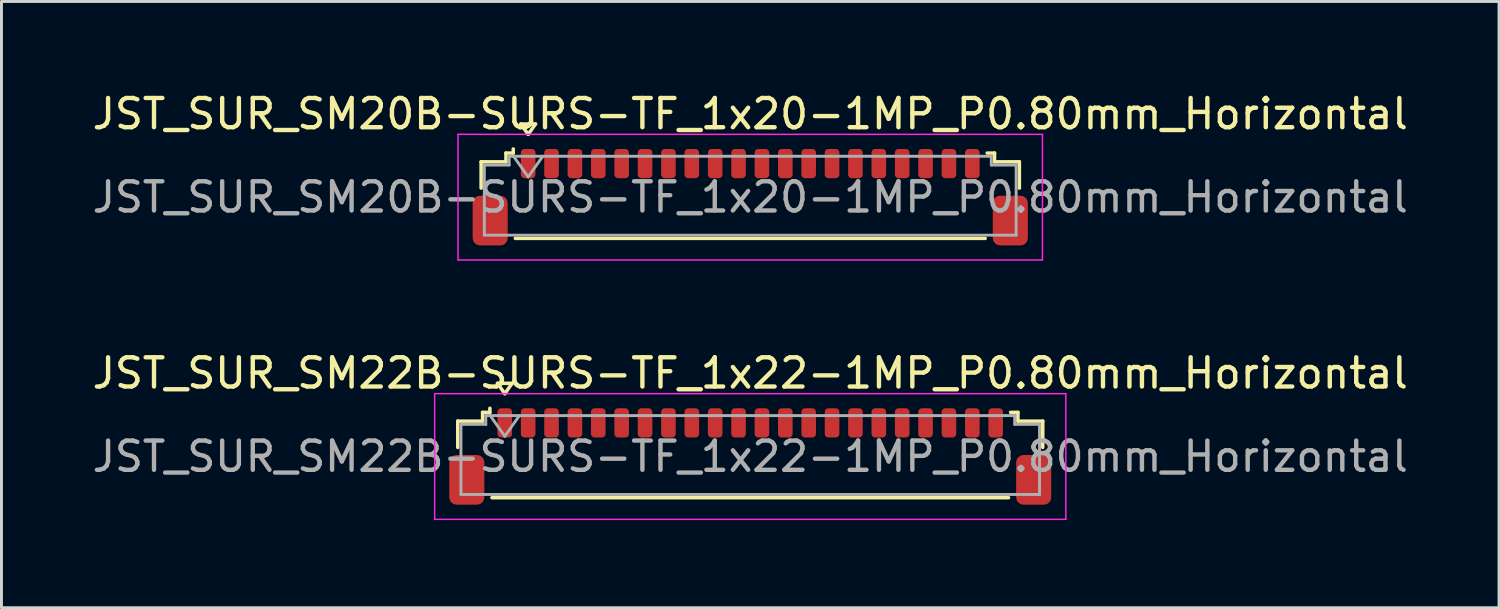
<source format=kicad_pcb>
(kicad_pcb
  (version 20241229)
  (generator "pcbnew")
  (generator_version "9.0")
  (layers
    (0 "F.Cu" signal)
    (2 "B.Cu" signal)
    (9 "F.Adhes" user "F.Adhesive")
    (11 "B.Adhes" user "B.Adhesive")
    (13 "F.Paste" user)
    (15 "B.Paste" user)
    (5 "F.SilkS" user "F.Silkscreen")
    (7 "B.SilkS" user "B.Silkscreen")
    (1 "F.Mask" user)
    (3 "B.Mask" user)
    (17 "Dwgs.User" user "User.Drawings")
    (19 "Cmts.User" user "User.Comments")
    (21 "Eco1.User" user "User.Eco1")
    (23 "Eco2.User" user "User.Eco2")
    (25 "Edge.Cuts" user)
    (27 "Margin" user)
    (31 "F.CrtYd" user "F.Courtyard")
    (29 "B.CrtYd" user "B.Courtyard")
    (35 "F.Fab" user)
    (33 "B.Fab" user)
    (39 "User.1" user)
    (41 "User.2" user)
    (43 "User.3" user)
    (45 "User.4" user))
  (footprint "JST_SUR_SM22B-SURS-TF_1x22-1MP_P0.80mm_Horizontal"
    (layer "F.Cu")
    (at 22.625 12.572)
    (property "Reference" "JST_SUR_SM22B-SURS-TF_1x22-1MP_P0.80mm_Horizontal" (at 0 -2.85 0) (layer "F.SilkS") (effects (font (size 1 1) (thickness 0.15))))
    (attr smd)
    (fp_line (start -10.01 -1.21) (end -9.16 -1.21) (stroke (width 0.12) (type solid)) (layer "F.SilkS"))
    (fp_line (start -10.01 -0.31) (end -10.01 -1.21) (stroke (width 0.12) (type solid)) (layer "F.SilkS"))
    (fp_line (start -9.16 -1.51) (end -8.91 -1.51) (stroke (width 0.12) (type solid)) (layer "F.SilkS"))
    (fp_line (start -9.16 -1.21) (end -9.16 -1.51) (stroke (width 0.12) (type solid)) (layer "F.SilkS"))
    (fp_line (start -8.91 -1.51) (end -8.91 -1.65) (stroke (width 0.12) (type solid)) (layer "F.SilkS"))
    (fp_line (start -8.84 1.41) (end 8.84 1.41) (stroke (width 0.12) (type solid)) (layer "F.SilkS"))
    (fp_line (start -8.65 -2.504) (end -8.4 -2.15) (stroke (width 0.12) (type solid)) (layer "F.SilkS"))
    (fp_line (start -8.4 -2.15) (end -8.15 -2.504) (stroke (width 0.12) (type solid)) (layer "F.SilkS"))
    (fp_line (start -8.15 -2.504) (end -8.65 -2.504) (stroke (width 0.12) (type solid)) (layer "F.SilkS"))
    (fp_line (start 9.16 -1.51) (end 8.91 -1.51) (stroke (width 0.12) (type solid)) (layer "F.SilkS"))
    (fp_line (start 9.16 -1.21) (end 9.16 -1.51) (stroke (width 0.12) (type solid)) (layer "F.SilkS"))
    (fp_line (start 10.01 -1.21) (end 9.16 -1.21) (stroke (width 0.12) (type solid)) (layer "F.SilkS"))
    (fp_line (start 10.01 -0.31) (end 10.01 -1.21) (stroke (width 0.12) (type solid)) (layer "F.SilkS"))
    (fp_line (start -10.8 -2.15) (end -10.8 2.15) (stroke (width 0.05) (type solid)) (layer "F.CrtYd"))
    (fp_line (start -10.8 2.15) (end 10.8 2.15) (stroke (width 0.05) (type solid)) (layer "F.CrtYd"))
    (fp_line (start 10.8 -2.15) (end -10.8 -2.15) (stroke (width 0.05) (type solid)) (layer "F.CrtYd"))
    (fp_line (start 10.8 2.15) (end 10.8 -2.15) (stroke (width 0.05) (type solid)) (layer "F.CrtYd"))
    (fp_line (start -9.9 -1.1) (end -9.9 1.3) (stroke (width 0.1) (type solid)) (layer "F.Fab"))
    (fp_line (start -9.9 -1.1) (end -9.05 -1.1) (stroke (width 0.1) (type solid)) (layer "F.Fab"))
    (fp_line (start -9.9 1.3) (end 9.9 1.3) (stroke (width 0.1) (type solid)) (layer "F.Fab"))
    (fp_line (start -9.05 -1.4) (end 9.05 -1.4) (stroke (width 0.1) (type solid)) (layer "F.Fab"))
    (fp_line (start -9.05 -1.1) (end -9.05 -1.4) (stroke (width 0.1) (type solid)) (layer "F.Fab"))
    (fp_line (start -8.9 -1.4) (end -8.4 -0.693) (stroke (width 0.1) (type solid)) (layer "F.Fab"))
    (fp_line (start -8.4 -0.693) (end -7.9 -1.4) (stroke (width 0.1) (type solid)) (layer "F.Fab"))
    (fp_line (start 9.05 -1.4) (end 9.05 -1.1) (stroke (width 0.1) (type solid)) (layer "F.Fab"))
    (fp_line (start 9.05 -1.1) (end 9.9 -1.1) (stroke (width 0.1) (type solid)) (layer "F.Fab"))
    (fp_line (start 9.9 -1.1) (end 9.9 1.3) (stroke (width 0.1) (type solid)) (layer "F.Fab"))
    (fp_text user "${REFERENCE}" (at 0 0 0) (layer "F.Fab") (effects (font (size 1 1) (thickness 0.15))))
    (pad "1" smd roundrect (at -8.4 -1.15) (size 0.5 1) (layers "F.Cu" "F.Mask" "F.Paste") (roundrect_rratio 0.25))
    (pad "2" smd roundrect (at -7.6 -1.15) (size 0.5 1) (layers "F.Cu" "F.Mask" "F.Paste") (roundrect_rratio 0.25))
    (pad "3" smd roundrect (at -6.8 -1.15) (size 0.5 1) (layers "F.Cu" "F.Mask" "F.Paste") (roundrect_rratio 0.25))
    (pad "4" smd roundrect (at -6 -1.15) (size 0.5 1) (layers "F.Cu" "F.Mask" "F.Paste") (roundrect_rratio 0.25))
    (pad "5" smd roundrect (at -5.2 -1.15) (size 0.5 1) (layers "F.Cu" "F.Mask" "F.Paste") (roundrect_rratio 0.25))
    (pad "6" smd roundrect (at -4.4 -1.15) (size 0.5 1) (layers "F.Cu" "F.Mask" "F.Paste") (roundrect_rratio 0.25))
    (pad "7" smd roundrect (at -3.6 -1.15) (size 0.5 1) (layers "F.Cu" "F.Mask" "F.Paste") (roundrect_rratio 0.25))
    (pad "8" smd roundrect (at -2.8 -1.15) (size 0.5 1) (layers "F.Cu" "F.Mask" "F.Paste") (roundrect_rratio 0.25))
    (pad "9" smd roundrect (at -2 -1.15) (size 0.5 1) (layers "F.Cu" "F.Mask" "F.Paste") (roundrect_rratio 0.25))
    (pad "10" smd roundrect (at -1.2 -1.15) (size 0.5 1) (layers "F.Cu" "F.Mask" "F.Paste") (roundrect_rratio 0.25))
    (pad "11" smd roundrect (at -0.4 -1.15) (size 0.5 1) (layers "F.Cu" "F.Mask" "F.Paste") (roundrect_rratio 0.25))
    (pad "12" smd roundrect (at 0.4 -1.15) (size 0.5 1) (layers "F.Cu" "F.Mask" "F.Paste") (roundrect_rratio 0.25))
    (pad "13" smd roundrect (at 1.2 -1.15) (size 0.5 1) (layers "F.Cu" "F.Mask" "F.Paste") (roundrect_rratio 0.25))
    (pad "14" smd roundrect (at 2 -1.15) (size 0.5 1) (layers "F.Cu" "F.Mask" "F.Paste") (roundrect_rratio 0.25))
    (pad "15" smd roundrect (at 2.8 -1.15) (size 0.5 1) (layers "F.Cu" "F.Mask" "F.Paste") (roundrect_rratio 0.25))
    (pad "16" smd roundrect (at 3.6 -1.15) (size 0.5 1) (layers "F.Cu" "F.Mask" "F.Paste") (roundrect_rratio 0.25))
    (pad "17" smd roundrect (at 4.4 -1.15) (size 0.5 1) (layers "F.Cu" "F.Mask" "F.Paste") (roundrect_rratio 0.25))
    (pad "18" smd roundrect (at 5.2 -1.15) (size 0.5 1) (layers "F.Cu" "F.Mask" "F.Paste") (roundrect_rratio 0.25))
    (pad "19" smd roundrect (at 6 -1.15) (size 0.5 1) (layers "F.Cu" "F.Mask" "F.Paste") (roundrect_rratio 0.25))
    (pad "20" smd roundrect (at 6.8 -1.15) (size 0.5 1) (layers "F.Cu" "F.Mask" "F.Paste") (roundrect_rratio 0.25))
    (pad "21" smd roundrect (at 7.6 -1.15) (size 0.5 1) (layers "F.Cu" "F.Mask" "F.Paste") (roundrect_rratio 0.25))
    (pad "22" smd roundrect (at 8.4 -1.15) (size 0.5 1) (layers "F.Cu" "F.Mask" "F.Paste") (roundrect_rratio 0.25))
    (pad "MP" smd roundrect (at -9.7 0.8) (size 1.2 1.7) (layers "F.Cu" "F.Mask" "F.Paste") (roundrect_rratio 0.208))
    (pad "MP" smd roundrect (at 9.7 0.8) (size 1.2 1.7) (layers "F.Cu" "F.Mask" "F.Paste") (roundrect_rratio 0.208)))
  (footprint "JST_SUR_SM20B-SURS-TF_1x20-1MP_P0.80mm_Horizontal"
    (layer "F.Cu")
    (at 22.625 3.698)
    (property "Reference" "JST_SUR_SM20B-SURS-TF_1x20-1MP_P0.80mm_Horizontal" (at 0 -2.85 0) (layer "F.SilkS") (effects (font (size 1 1) (thickness 0.15))))
    (attr smd)
    (fp_line (start -9.21 -1.21) (end -8.36 -1.21) (stroke (width 0.12) (type solid)) (layer "F.SilkS"))
    (fp_line (start -9.21 -0.31) (end -9.21 -1.21) (stroke (width 0.12) (type solid)) (layer "F.SilkS"))
    (fp_line (start -8.36 -1.51) (end -8.11 -1.51) (stroke (width 0.12) (type solid)) (layer "F.SilkS"))
    (fp_line (start -8.36 -1.21) (end -8.36 -1.51) (stroke (width 0.12) (type solid)) (layer "F.SilkS"))
    (fp_line (start -8.11 -1.51) (end -8.11 -1.65) (stroke (width 0.12) (type solid)) (layer "F.SilkS"))
    (fp_line (start -8.04 1.41) (end 8.04 1.41) (stroke (width 0.12) (type solid)) (layer "F.SilkS"))
    (fp_line (start -7.85 -2.504) (end -7.6 -2.15) (stroke (width 0.12) (type solid)) (layer "F.SilkS"))
    (fp_line (start -7.6 -2.15) (end -7.35 -2.504) (stroke (width 0.12) (type solid)) (layer "F.SilkS"))
    (fp_line (start -7.35 -2.504) (end -7.85 -2.504) (stroke (width 0.12) (type solid)) (layer "F.SilkS"))
    (fp_line (start 8.36 -1.51) (end 8.11 -1.51) (stroke (width 0.12) (type solid)) (layer "F.SilkS"))
    (fp_line (start 8.36 -1.21) (end 8.36 -1.51) (stroke (width 0.12) (type solid)) (layer "F.SilkS"))
    (fp_line (start 9.21 -1.21) (end 8.36 -1.21) (stroke (width 0.12) (type solid)) (layer "F.SilkS"))
    (fp_line (start 9.21 -0.31) (end 9.21 -1.21) (stroke (width 0.12) (type solid)) (layer "F.SilkS"))
    (fp_line (start -10 -2.15) (end -10 2.15) (stroke (width 0.05) (type solid)) (layer "F.CrtYd"))
    (fp_line (start -10 2.15) (end 10 2.15) (stroke (width 0.05) (type solid)) (layer "F.CrtYd"))
    (fp_line (start 10 -2.15) (end -10 -2.15) (stroke (width 0.05) (type solid)) (layer "F.CrtYd"))
    (fp_line (start 10 2.15) (end 10 -2.15) (stroke (width 0.05) (type solid)) (layer "F.CrtYd"))
    (fp_line (start -9.1 -1.1) (end -9.1 1.3) (stroke (width 0.1) (type solid)) (layer "F.Fab"))
    (fp_line (start -9.1 -1.1) (end -8.25 -1.1) (stroke (width 0.1) (type solid)) (layer "F.Fab"))
    (fp_line (start -9.1 1.3) (end 9.1 1.3) (stroke (width 0.1) (type solid)) (layer "F.Fab"))
    (fp_line (start -8.25 -1.4) (end 8.25 -1.4) (stroke (width 0.1) (type solid)) (layer "F.Fab"))
    (fp_line (start -8.25 -1.1) (end -8.25 -1.4) (stroke (width 0.1) (type solid)) (layer "F.Fab"))
    (fp_line (start -8.1 -1.4) (end -7.6 -0.693) (stroke (width 0.1) (type solid)) (layer "F.Fab"))
    (fp_line (start -7.6 -0.693) (end -7.1 -1.4) (stroke (width 0.1) (type solid)) (layer "F.Fab"))
    (fp_line (start 8.25 -1.4) (end 8.25 -1.1) (stroke (width 0.1) (type solid)) (layer "F.Fab"))
    (fp_line (start 8.25 -1.1) (end 9.1 -1.1) (stroke (width 0.1) (type solid)) (layer "F.Fab"))
    (fp_line (start 9.1 -1.1) (end 9.1 1.3) (stroke (width 0.1) (type solid)) (layer "F.Fab"))
    (fp_text user "${REFERENCE}" (at 0 0 0) (layer "F.Fab") (effects (font (size 1 1) (thickness 0.15))))
    (pad "1" smd roundrect (at -7.6 -1.15) (size 0.5 1) (layers "F.Cu" "F.Mask" "F.Paste") (roundrect_rratio 0.25))
    (pad "2" smd roundrect (at -6.8 -1.15) (size 0.5 1) (layers "F.Cu" "F.Mask" "F.Paste") (roundrect_rratio 0.25))
    (pad "3" smd roundrect (at -6 -1.15) (size 0.5 1) (layers "F.Cu" "F.Mask" "F.Paste") (roundrect_rratio 0.25))
    (pad "4" smd roundrect (at -5.2 -1.15) (size 0.5 1) (layers "F.Cu" "F.Mask" "F.Paste") (roundrect_rratio 0.25))
    (pad "5" smd roundrect (at -4.4 -1.15) (size 0.5 1) (layers "F.Cu" "F.Mask" "F.Paste") (roundrect_rratio 0.25))
    (pad "6" smd roundrect (at -3.6 -1.15) (size 0.5 1) (layers "F.Cu" "F.Mask" "F.Paste") (roundrect_rratio 0.25))
    (pad "7" smd roundrect (at -2.8 -1.15) (size 0.5 1) (layers "F.Cu" "F.Mask" "F.Paste") (roundrect_rratio 0.25))
    (pad "8" smd roundrect (at -2 -1.15) (size 0.5 1) (layers "F.Cu" "F.Mask" "F.Paste") (roundrect_rratio 0.25))
    (pad "9" smd roundrect (at -1.2 -1.15) (size 0.5 1) (layers "F.Cu" "F.Mask" "F.Paste") (roundrect_rratio 0.25))
    (pad "10" smd roundrect (at -0.4 -1.15) (size 0.5 1) (layers "F.Cu" "F.Mask" "F.Paste") (roundrect_rratio 0.25))
    (pad "11" smd roundrect (at 0.4 -1.15) (size 0.5 1) (layers "F.Cu" "F.Mask" "F.Paste") (roundrect_rratio 0.25))
    (pad "12" smd roundrect (at 1.2 -1.15) (size 0.5 1) (layers "F.Cu" "F.Mask" "F.Paste") (roundrect_rratio 0.25))
    (pad "13" smd roundrect (at 2 -1.15) (size 0.5 1) (layers "F.Cu" "F.Mask" "F.Paste") (roundrect_rratio 0.25))
    (pad "14" smd roundrect (at 2.8 -1.15) (size 0.5 1) (layers "F.Cu" "F.Mask" "F.Paste") (roundrect_rratio 0.25))
    (pad "15" smd roundrect (at 3.6 -1.15) (size 0.5 1) (layers "F.Cu" "F.Mask" "F.Paste") (roundrect_rratio 0.25))
    (pad "16" smd roundrect (at 4.4 -1.15) (size 0.5 1) (layers "F.Cu" "F.Mask" "F.Paste") (roundrect_rratio 0.25))
    (pad "17" smd roundrect (at 5.2 -1.15) (size 0.5 1) (layers "F.Cu" "F.Mask" "F.Paste") (roundrect_rratio 0.25))
    (pad "18" smd roundrect (at 6 -1.15) (size 0.5 1) (layers "F.Cu" "F.Mask" "F.Paste") (roundrect_rratio 0.25))
    (pad "19" smd roundrect (at 6.8 -1.15) (size 0.5 1) (layers "F.Cu" "F.Mask" "F.Paste") (roundrect_rratio 0.25))
    (pad "20" smd roundrect (at 7.6 -1.15) (size 0.5 1) (layers "F.Cu" "F.Mask" "F.Paste") (roundrect_rratio 0.25))
    (pad "MP" smd roundrect (at -8.9 0.8) (size 1.2 1.7) (layers "F.Cu" "F.Mask" "F.Paste") (roundrect_rratio 0.208))
    (pad "MP" smd roundrect (at 8.9 0.8) (size 1.2 1.7) (layers "F.Cu" "F.Mask" "F.Paste") (roundrect_rratio 0.208)))
  (gr_rect
    (start -3 -3)
    (end 48.25 17.747)
    (stroke (width 0.1) (type default))
    (fill no)
    (layer "Edge.Cuts")))
</source>
